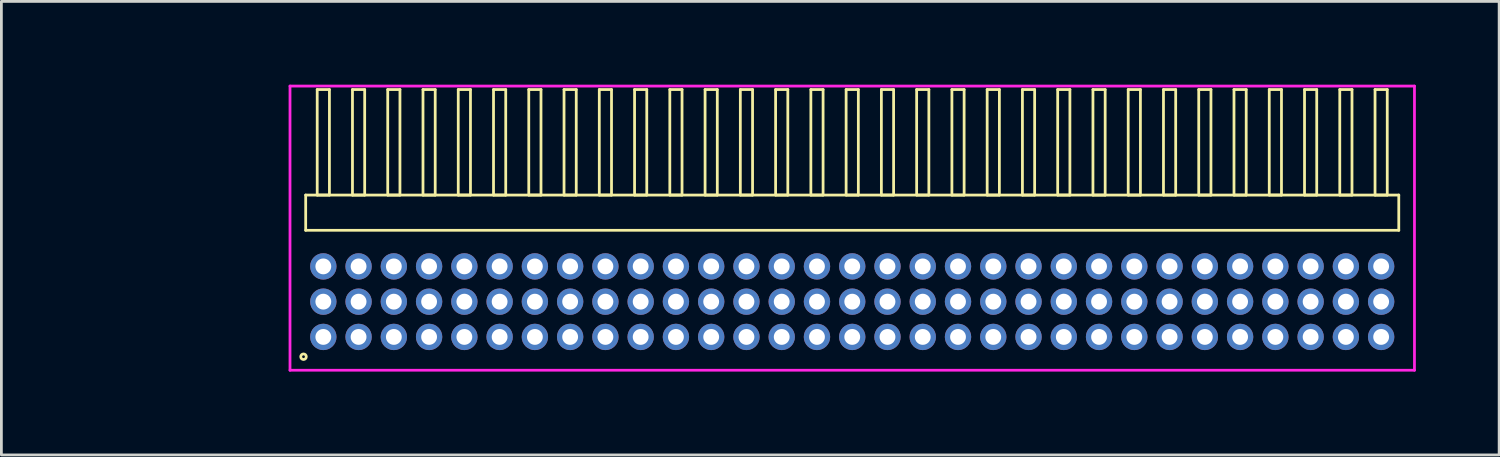
<source format=kicad_pcb>
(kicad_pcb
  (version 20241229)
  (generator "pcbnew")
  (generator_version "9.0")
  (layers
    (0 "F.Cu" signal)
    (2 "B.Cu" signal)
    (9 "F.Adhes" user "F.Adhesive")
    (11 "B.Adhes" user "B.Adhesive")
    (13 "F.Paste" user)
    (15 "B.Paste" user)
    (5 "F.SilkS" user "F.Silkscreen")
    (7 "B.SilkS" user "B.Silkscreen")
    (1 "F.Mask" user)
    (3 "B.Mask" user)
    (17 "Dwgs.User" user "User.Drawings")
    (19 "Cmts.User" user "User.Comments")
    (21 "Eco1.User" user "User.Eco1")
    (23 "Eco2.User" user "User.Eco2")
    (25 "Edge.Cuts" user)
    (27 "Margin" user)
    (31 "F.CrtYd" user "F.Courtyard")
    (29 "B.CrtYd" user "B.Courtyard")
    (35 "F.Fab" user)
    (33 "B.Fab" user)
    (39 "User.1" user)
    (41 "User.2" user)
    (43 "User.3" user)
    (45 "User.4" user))
  (footprint "HDR_RA127P31x3"
    (layer "F.Cu")
    (at 27.645 7.815)
    (property "Reference" "HDR_RA127P31x3" (at -21 0 0) (layer "User.1") (effects (font (size 1 1) (thickness 0.1))))
    (attr through_hole)
    (fp_line (start -19.685 -3.84) (end -19.685 -2.57) (stroke (width 0.1) (type solid)) (layer "F.SilkS"))
    (fp_line (start -19.685 -2.57) (end 19.685 -2.57) (stroke (width 0.1) (type solid)) (layer "F.SilkS"))
    (fp_line (start -19.27 -7.64) (end -19.27 -3.84) (stroke (width 0.1) (type solid)) (layer "F.SilkS"))
    (fp_line (start -19.27 -3.84) (end -18.83 -3.84) (stroke (width 0.1) (type solid)) (layer "F.SilkS"))
    (fp_line (start -18.83 -7.64) (end -19.27 -7.64) (stroke (width 0.1) (type solid)) (layer "F.SilkS"))
    (fp_line (start -18.83 -3.84) (end -18.83 -7.64) (stroke (width 0.1) (type solid)) (layer "F.SilkS"))
    (fp_line (start -18 -7.64) (end -18 -3.84) (stroke (width 0.1) (type solid)) (layer "F.SilkS"))
    (fp_line (start -18 -3.84) (end -17.56 -3.84) (stroke (width 0.1) (type solid)) (layer "F.SilkS"))
    (fp_line (start -17.56 -7.64) (end -18 -7.64) (stroke (width 0.1) (type solid)) (layer "F.SilkS"))
    (fp_line (start -17.56 -3.84) (end -17.56 -7.64) (stroke (width 0.1) (type solid)) (layer "F.SilkS"))
    (fp_line (start -16.73 -7.64) (end -16.73 -3.84) (stroke (width 0.1) (type solid)) (layer "F.SilkS"))
    (fp_line (start -16.73 -3.84) (end -16.29 -3.84) (stroke (width 0.1) (type solid)) (layer "F.SilkS"))
    (fp_line (start -16.29 -7.64) (end -16.73 -7.64) (stroke (width 0.1) (type solid)) (layer "F.SilkS"))
    (fp_line (start -16.29 -3.84) (end -16.29 -7.64) (stroke (width 0.1) (type solid)) (layer "F.SilkS"))
    (fp_line (start -15.46 -7.64) (end -15.46 -3.84) (stroke (width 0.1) (type solid)) (layer "F.SilkS"))
    (fp_line (start -15.46 -3.84) (end -15.02 -3.84) (stroke (width 0.1) (type solid)) (layer "F.SilkS"))
    (fp_line (start -15.02 -7.64) (end -15.46 -7.64) (stroke (width 0.1) (type solid)) (layer "F.SilkS"))
    (fp_line (start -15.02 -3.84) (end -15.02 -7.64) (stroke (width 0.1) (type solid)) (layer "F.SilkS"))
    (fp_line (start -14.19 -7.64) (end -14.19 -3.84) (stroke (width 0.1) (type solid)) (layer "F.SilkS"))
    (fp_line (start -14.19 -3.84) (end -13.75 -3.84) (stroke (width 0.1) (type solid)) (layer "F.SilkS"))
    (fp_line (start -13.75 -7.64) (end -14.19 -7.64) (stroke (width 0.1) (type solid)) (layer "F.SilkS"))
    (fp_line (start -13.75 -3.84) (end -13.75 -7.64) (stroke (width 0.1) (type solid)) (layer "F.SilkS"))
    (fp_line (start -12.92 -7.64) (end -12.92 -3.84) (stroke (width 0.1) (type solid)) (layer "F.SilkS"))
    (fp_line (start -12.92 -3.84) (end -12.48 -3.84) (stroke (width 0.1) (type solid)) (layer "F.SilkS"))
    (fp_line (start -12.48 -7.64) (end -12.92 -7.64) (stroke (width 0.1) (type solid)) (layer "F.SilkS"))
    (fp_line (start -12.48 -3.84) (end -12.48 -7.64) (stroke (width 0.1) (type solid)) (layer "F.SilkS"))
    (fp_line (start -11.65 -7.64) (end -11.65 -3.84) (stroke (width 0.1) (type solid)) (layer "F.SilkS"))
    (fp_line (start -11.65 -3.84) (end -11.21 -3.84) (stroke (width 0.1) (type solid)) (layer "F.SilkS"))
    (fp_line (start -11.21 -7.64) (end -11.65 -7.64) (stroke (width 0.1) (type solid)) (layer "F.SilkS"))
    (fp_line (start -11.21 -3.84) (end -11.21 -7.64) (stroke (width 0.1) (type solid)) (layer "F.SilkS"))
    (fp_line (start -10.38 -7.64) (end -10.38 -3.84) (stroke (width 0.1) (type solid)) (layer "F.SilkS"))
    (fp_line (start -10.38 -3.84) (end -9.94 -3.84) (stroke (width 0.1) (type solid)) (layer "F.SilkS"))
    (fp_line (start -9.94 -7.64) (end -10.38 -7.64) (stroke (width 0.1) (type solid)) (layer "F.SilkS"))
    (fp_line (start -9.94 -3.84) (end -9.94 -7.64) (stroke (width 0.1) (type solid)) (layer "F.SilkS"))
    (fp_line (start -9.11 -7.64) (end -9.11 -3.84) (stroke (width 0.1) (type solid)) (layer "F.SilkS"))
    (fp_line (start -9.11 -3.84) (end -8.67 -3.84) (stroke (width 0.1) (type solid)) (layer "F.SilkS"))
    (fp_line (start -8.67 -7.64) (end -9.11 -7.64) (stroke (width 0.1) (type solid)) (layer "F.SilkS"))
    (fp_line (start -8.67 -3.84) (end -8.67 -7.64) (stroke (width 0.1) (type solid)) (layer "F.SilkS"))
    (fp_line (start -7.84 -7.64) (end -7.84 -3.84) (stroke (width 0.1) (type solid)) (layer "F.SilkS"))
    (fp_line (start -7.84 -3.84) (end -7.4 -3.84) (stroke (width 0.1) (type solid)) (layer "F.SilkS"))
    (fp_line (start -7.4 -7.64) (end -7.84 -7.64) (stroke (width 0.1) (type solid)) (layer "F.SilkS"))
    (fp_line (start -7.4 -3.84) (end -7.4 -7.64) (stroke (width 0.1) (type solid)) (layer "F.SilkS"))
    (fp_line (start -6.57 -7.64) (end -6.57 -3.84) (stroke (width 0.1) (type solid)) (layer "F.SilkS"))
    (fp_line (start -6.57 -3.84) (end -6.13 -3.84) (stroke (width 0.1) (type solid)) (layer "F.SilkS"))
    (fp_line (start -6.13 -7.64) (end -6.57 -7.64) (stroke (width 0.1) (type solid)) (layer "F.SilkS"))
    (fp_line (start -6.13 -3.84) (end -6.13 -7.64) (stroke (width 0.1) (type solid)) (layer "F.SilkS"))
    (fp_line (start -5.3 -7.64) (end -5.3 -3.84) (stroke (width 0.1) (type solid)) (layer "F.SilkS"))
    (fp_line (start -5.3 -3.84) (end -4.86 -3.84) (stroke (width 0.1) (type solid)) (layer "F.SilkS"))
    (fp_line (start -4.86 -7.64) (end -5.3 -7.64) (stroke (width 0.1) (type solid)) (layer "F.SilkS"))
    (fp_line (start -4.86 -3.84) (end -4.86 -7.64) (stroke (width 0.1) (type solid)) (layer "F.SilkS"))
    (fp_line (start -4.03 -7.64) (end -4.03 -3.84) (stroke (width 0.1) (type solid)) (layer "F.SilkS"))
    (fp_line (start -4.03 -3.84) (end -3.59 -3.84) (stroke (width 0.1) (type solid)) (layer "F.SilkS"))
    (fp_line (start -3.59 -7.64) (end -4.03 -7.64) (stroke (width 0.1) (type solid)) (layer "F.SilkS"))
    (fp_line (start -3.59 -3.84) (end -3.59 -7.64) (stroke (width 0.1) (type solid)) (layer "F.SilkS"))
    (fp_line (start -2.76 -7.64) (end -2.76 -3.84) (stroke (width 0.1) (type solid)) (layer "F.SilkS"))
    (fp_line (start -2.76 -3.84) (end -2.32 -3.84) (stroke (width 0.1) (type solid)) (layer "F.SilkS"))
    (fp_line (start -2.32 -7.64) (end -2.76 -7.64) (stroke (width 0.1) (type solid)) (layer "F.SilkS"))
    (fp_line (start -2.32 -3.84) (end -2.32 -7.64) (stroke (width 0.1) (type solid)) (layer "F.SilkS"))
    (fp_line (start -1.49 -7.64) (end -1.49 -3.84) (stroke (width 0.1) (type solid)) (layer "F.SilkS"))
    (fp_line (start -1.49 -3.84) (end -1.05 -3.84) (stroke (width 0.1) (type solid)) (layer "F.SilkS"))
    (fp_line (start -1.05 -7.64) (end -1.49 -7.64) (stroke (width 0.1) (type solid)) (layer "F.SilkS"))
    (fp_line (start -1.05 -3.84) (end -1.05 -7.64) (stroke (width 0.1) (type solid)) (layer "F.SilkS"))
    (fp_line (start -0.22 -7.64) (end -0.22 -3.84) (stroke (width 0.1) (type solid)) (layer "F.SilkS"))
    (fp_line (start -0.22 -3.84) (end 0.22 -3.84) (stroke (width 0.1) (type solid)) (layer "F.SilkS"))
    (fp_line (start 0.22 -7.64) (end -0.22 -7.64) (stroke (width 0.1) (type solid)) (layer "F.SilkS"))
    (fp_line (start 0.22 -3.84) (end 0.22 -7.64) (stroke (width 0.1) (type solid)) (layer "F.SilkS"))
    (fp_line (start 1.05 -7.64) (end 1.05 -3.84) (stroke (width 0.1) (type solid)) (layer "F.SilkS"))
    (fp_line (start 1.05 -3.84) (end 1.49 -3.84) (stroke (width 0.1) (type solid)) (layer "F.SilkS"))
    (fp_line (start 1.49 -7.64) (end 1.05 -7.64) (stroke (width 0.1) (type solid)) (layer "F.SilkS"))
    (fp_line (start 1.49 -3.84) (end 1.49 -7.64) (stroke (width 0.1) (type solid)) (layer "F.SilkS"))
    (fp_line (start 2.32 -7.64) (end 2.32 -3.84) (stroke (width 0.1) (type solid)) (layer "F.SilkS"))
    (fp_line (start 2.32 -3.84) (end 2.76 -3.84) (stroke (width 0.1) (type solid)) (layer "F.SilkS"))
    (fp_line (start 2.76 -7.64) (end 2.32 -7.64) (stroke (width 0.1) (type solid)) (layer "F.SilkS"))
    (fp_line (start 2.76 -3.84) (end 2.76 -7.64) (stroke (width 0.1) (type solid)) (layer "F.SilkS"))
    (fp_line (start 3.59 -7.64) (end 3.59 -3.84) (stroke (width 0.1) (type solid)) (layer "F.SilkS"))
    (fp_line (start 3.59 -3.84) (end 4.03 -3.84) (stroke (width 0.1) (type solid)) (layer "F.SilkS"))
    (fp_line (start 4.03 -7.64) (end 3.59 -7.64) (stroke (width 0.1) (type solid)) (layer "F.SilkS"))
    (fp_line (start 4.03 -3.84) (end 4.03 -7.64) (stroke (width 0.1) (type solid)) (layer "F.SilkS"))
    (fp_line (start 4.86 -7.64) (end 4.86 -3.84) (stroke (width 0.1) (type solid)) (layer "F.SilkS"))
    (fp_line (start 4.86 -3.84) (end 5.3 -3.84) (stroke (width 0.1) (type solid)) (layer "F.SilkS"))
    (fp_line (start 5.3 -7.64) (end 4.86 -7.64) (stroke (width 0.1) (type solid)) (layer "F.SilkS"))
    (fp_line (start 5.3 -3.84) (end 5.3 -7.64) (stroke (width 0.1) (type solid)) (layer "F.SilkS"))
    (fp_line (start 6.13 -7.64) (end 6.13 -3.84) (stroke (width 0.1) (type solid)) (layer "F.SilkS"))
    (fp_line (start 6.13 -3.84) (end 6.57 -3.84) (stroke (width 0.1) (type solid)) (layer "F.SilkS"))
    (fp_line (start 6.57 -7.64) (end 6.13 -7.64) (stroke (width 0.1) (type solid)) (layer "F.SilkS"))
    (fp_line (start 6.57 -3.84) (end 6.57 -7.64) (stroke (width 0.1) (type solid)) (layer "F.SilkS"))
    (fp_line (start 7.4 -7.64) (end 7.4 -3.84) (stroke (width 0.1) (type solid)) (layer "F.SilkS"))
    (fp_line (start 7.4 -3.84) (end 7.84 -3.84) (stroke (width 0.1) (type solid)) (layer "F.SilkS"))
    (fp_line (start 7.84 -7.64) (end 7.4 -7.64) (stroke (width 0.1) (type solid)) (layer "F.SilkS"))
    (fp_line (start 7.84 -3.84) (end 7.84 -7.64) (stroke (width 0.1) (type solid)) (layer "F.SilkS"))
    (fp_line (start 8.67 -7.64) (end 8.67 -3.84) (stroke (width 0.1) (type solid)) (layer "F.SilkS"))
    (fp_line (start 8.67 -3.84) (end 9.11 -3.84) (stroke (width 0.1) (type solid)) (layer "F.SilkS"))
    (fp_line (start 9.11 -7.64) (end 8.67 -7.64) (stroke (width 0.1) (type solid)) (layer "F.SilkS"))
    (fp_line (start 9.11 -3.84) (end 9.11 -7.64) (stroke (width 0.1) (type solid)) (layer "F.SilkS"))
    (fp_line (start 9.94 -7.64) (end 9.94 -3.84) (stroke (width 0.1) (type solid)) (layer "F.SilkS"))
    (fp_line (start 9.94 -3.84) (end 10.38 -3.84) (stroke (width 0.1) (type solid)) (layer "F.SilkS"))
    (fp_line (start 10.38 -7.64) (end 9.94 -7.64) (stroke (width 0.1) (type solid)) (layer "F.SilkS"))
    (fp_line (start 10.38 -3.84) (end 10.38 -7.64) (stroke (width 0.1) (type solid)) (layer "F.SilkS"))
    (fp_line (start 11.21 -7.64) (end 11.21 -3.84) (stroke (width 0.1) (type solid)) (layer "F.SilkS"))
    (fp_line (start 11.21 -3.84) (end 11.65 -3.84) (stroke (width 0.1) (type solid)) (layer "F.SilkS"))
    (fp_line (start 11.65 -7.64) (end 11.21 -7.64) (stroke (width 0.1) (type solid)) (layer "F.SilkS"))
    (fp_line (start 11.65 -3.84) (end 11.65 -7.64) (stroke (width 0.1) (type solid)) (layer "F.SilkS"))
    (fp_line (start 12.48 -7.64) (end 12.48 -3.84) (stroke (width 0.1) (type solid)) (layer "F.SilkS"))
    (fp_line (start 12.48 -3.84) (end 12.92 -3.84) (stroke (width 0.1) (type solid)) (layer "F.SilkS"))
    (fp_line (start 12.92 -7.64) (end 12.48 -7.64) (stroke (width 0.1) (type solid)) (layer "F.SilkS"))
    (fp_line (start 12.92 -3.84) (end 12.92 -7.64) (stroke (width 0.1) (type solid)) (layer "F.SilkS"))
    (fp_line (start 13.75 -7.64) (end 13.75 -3.84) (stroke (width 0.1) (type solid)) (layer "F.SilkS"))
    (fp_line (start 13.75 -3.84) (end 14.19 -3.84) (stroke (width 0.1) (type solid)) (layer "F.SilkS"))
    (fp_line (start 14.19 -7.64) (end 13.75 -7.64) (stroke (width 0.1) (type solid)) (layer "F.SilkS"))
    (fp_line (start 14.19 -3.84) (end 14.19 -7.64) (stroke (width 0.1) (type solid)) (layer "F.SilkS"))
    (fp_line (start 15.02 -7.64) (end 15.02 -3.84) (stroke (width 0.1) (type solid)) (layer "F.SilkS"))
    (fp_line (start 15.02 -3.84) (end 15.46 -3.84) (stroke (width 0.1) (type solid)) (layer "F.SilkS"))
    (fp_line (start 15.46 -7.64) (end 15.02 -7.64) (stroke (width 0.1) (type solid)) (layer "F.SilkS"))
    (fp_line (start 15.46 -3.84) (end 15.46 -7.64) (stroke (width 0.1) (type solid)) (layer "F.SilkS"))
    (fp_line (start 16.29 -7.64) (end 16.29 -3.84) (stroke (width 0.1) (type solid)) (layer "F.SilkS"))
    (fp_line (start 16.29 -3.84) (end 16.73 -3.84) (stroke (width 0.1) (type solid)) (layer "F.SilkS"))
    (fp_line (start 16.73 -7.64) (end 16.29 -7.64) (stroke (width 0.1) (type solid)) (layer "F.SilkS"))
    (fp_line (start 16.73 -3.84) (end 16.73 -7.64) (stroke (width 0.1) (type solid)) (layer "F.SilkS"))
    (fp_line (start 17.56 -7.64) (end 17.56 -3.84) (stroke (width 0.1) (type solid)) (layer "F.SilkS"))
    (fp_line (start 17.56 -3.84) (end 18 -3.84) (stroke (width 0.1) (type solid)) (layer "F.SilkS"))
    (fp_line (start 18 -7.64) (end 17.56 -7.64) (stroke (width 0.1) (type solid)) (layer "F.SilkS"))
    (fp_line (start 18 -3.84) (end 18 -7.64) (stroke (width 0.1) (type solid)) (layer "F.SilkS"))
    (fp_line (start 18.83 -7.64) (end 18.83 -3.84) (stroke (width 0.1) (type solid)) (layer "F.SilkS"))
    (fp_line (start 18.83 -3.84) (end 19.27 -3.84) (stroke (width 0.1) (type solid)) (layer "F.SilkS"))
    (fp_line (start 19.27 -7.64) (end 18.83 -7.64) (stroke (width 0.1) (type solid)) (layer "F.SilkS"))
    (fp_line (start 19.27 -3.84) (end 19.27 -7.64) (stroke (width 0.1) (type solid)) (layer "F.SilkS"))
    (fp_line (start 19.685 -3.84) (end -19.685 -3.84) (stroke (width 0.1) (type solid)) (layer "F.SilkS"))
    (fp_line (start 19.685 -2.57) (end 19.685 -3.84) (stroke (width 0.1) (type solid)) (layer "F.SilkS"))
    (fp_circle (center -19.763 1.983) (end -19.663 1.983) (stroke (width 0.1) (type solid)) (fill no) (layer "F.SilkS"))
    (fp_line (start -20.25 -7.765) (end -20.25 2.47) (stroke (width 0.1) (type solid)) (layer "F.CrtYd"))
    (fp_line (start -20.25 2.47) (end 20.25 2.47) (stroke (width 0.1) (type solid)) (layer "F.CrtYd"))
    (fp_line (start 20.25 -7.765) (end -20.25 -7.765) (stroke (width 0.1) (type solid)) (layer "F.CrtYd"))
    (fp_line (start 20.25 2.47) (end 20.25 -7.765) (stroke (width 0.1) (type solid)) (layer "F.CrtYd"))
    (pad "1" thru_hole oval (at -19.05 1.27) (size 0.95 0.95) (drill 0.57) (layers "*.Cu" "*.Mask"))
    (pad "2" thru_hole oval (at -19.05 0) (size 0.95 0.95) (drill 0.57) (layers "*.Cu" "*.Mask"))
    (pad "3" thru_hole oval (at -19.05 -1.27) (size 0.95 0.95) (drill 0.57) (layers "*.Cu" "*.Mask"))
    (pad "4" thru_hole oval (at -17.78 1.27) (size 0.95 0.95) (drill 0.57) (layers "*.Cu" "*.Mask"))
    (pad "5" thru_hole oval (at -17.78 0) (size 0.95 0.95) (drill 0.57) (layers "*.Cu" "*.Mask"))
    (pad "6" thru_hole oval (at -17.78 -1.27) (size 0.95 0.95) (drill 0.57) (layers "*.Cu" "*.Mask"))
    (pad "7" thru_hole oval (at -16.51 1.27) (size 0.95 0.95) (drill 0.57) (layers "*.Cu" "*.Mask"))
    (pad "8" thru_hole oval (at -16.51 0) (size 0.95 0.95) (drill 0.57) (layers "*.Cu" "*.Mask"))
    (pad "9" thru_hole oval (at -16.51 -1.27) (size 0.95 0.95) (drill 0.57) (layers "*.Cu" "*.Mask"))
    (pad "10" thru_hole oval (at -15.24 1.27) (size 0.95 0.95) (drill 0.57) (layers "*.Cu" "*.Mask"))
    (pad "11" thru_hole oval (at -15.24 0) (size 0.95 0.95) (drill 0.57) (layers "*.Cu" "*.Mask"))
    (pad "12" thru_hole oval (at -15.24 -1.27) (size 0.95 0.95) (drill 0.57) (layers "*.Cu" "*.Mask"))
    (pad "13" thru_hole oval (at -13.97 1.27) (size 0.95 0.95) (drill 0.57) (layers "*.Cu" "*.Mask"))
    (pad "14" thru_hole oval (at -13.97 0) (size 0.95 0.95) (drill 0.57) (layers "*.Cu" "*.Mask"))
    (pad "15" thru_hole oval (at -13.97 -1.27) (size 0.95 0.95) (drill 0.57) (layers "*.Cu" "*.Mask"))
    (pad "16" thru_hole oval (at -12.7 1.27) (size 0.95 0.95) (drill 0.57) (layers "*.Cu" "*.Mask"))
    (pad "17" thru_hole oval (at -12.7 0) (size 0.95 0.95) (drill 0.57) (layers "*.Cu" "*.Mask"))
    (pad "18" thru_hole oval (at -12.7 -1.27) (size 0.95 0.95) (drill 0.57) (layers "*.Cu" "*.Mask"))
    (pad "19" thru_hole oval (at -11.43 1.27) (size 0.95 0.95) (drill 0.57) (layers "*.Cu" "*.Mask"))
    (pad "20" thru_hole oval (at -11.43 0) (size 0.95 0.95) (drill 0.57) (layers "*.Cu" "*.Mask"))
    (pad "21" thru_hole oval (at -11.43 -1.27) (size 0.95 0.95) (drill 0.57) (layers "*.Cu" "*.Mask"))
    (pad "22" thru_hole oval (at -10.16 1.27) (size 0.95 0.95) (drill 0.57) (layers "*.Cu" "*.Mask"))
    (pad "23" thru_hole oval (at -10.16 0) (size 0.95 0.95) (drill 0.57) (layers "*.Cu" "*.Mask"))
    (pad "24" thru_hole oval (at -10.16 -1.27) (size 0.95 0.95) (drill 0.57) (layers "*.Cu" "*.Mask"))
    (pad "25" thru_hole oval (at -8.89 1.27) (size 0.95 0.95) (drill 0.57) (layers "*.Cu" "*.Mask"))
    (pad "26" thru_hole oval (at -8.89 0) (size 0.95 0.95) (drill 0.57) (layers "*.Cu" "*.Mask"))
    (pad "27" thru_hole oval (at -8.89 -1.27) (size 0.95 0.95) (drill 0.57) (layers "*.Cu" "*.Mask"))
    (pad "28" thru_hole oval (at -7.62 1.27) (size 0.95 0.95) (drill 0.57) (layers "*.Cu" "*.Mask"))
    (pad "29" thru_hole oval (at -7.62 0) (size 0.95 0.95) (drill 0.57) (layers "*.Cu" "*.Mask"))
    (pad "30" thru_hole oval (at -7.62 -1.27) (size 0.95 0.95) (drill 0.57) (layers "*.Cu" "*.Mask"))
    (pad "31" thru_hole oval (at -6.35 1.27) (size 0.95 0.95) (drill 0.57) (layers "*.Cu" "*.Mask"))
    (pad "32" thru_hole oval (at -6.35 0) (size 0.95 0.95) (drill 0.57) (layers "*.Cu" "*.Mask"))
    (pad "33" thru_hole oval (at -6.35 -1.27) (size 0.95 0.95) (drill 0.57) (layers "*.Cu" "*.Mask"))
    (pad "34" thru_hole oval (at -5.08 1.27) (size 0.95 0.95) (drill 0.57) (layers "*.Cu" "*.Mask"))
    (pad "35" thru_hole oval (at -5.08 0) (size 0.95 0.95) (drill 0.57) (layers "*.Cu" "*.Mask"))
    (pad "36" thru_hole oval (at -5.08 -1.27) (size 0.95 0.95) (drill 0.57) (layers "*.Cu" "*.Mask"))
    (pad "37" thru_hole oval (at -3.81 1.27) (size 0.95 0.95) (drill 0.57) (layers "*.Cu" "*.Mask"))
    (pad "38" thru_hole oval (at -3.81 0) (size 0.95 0.95) (drill 0.57) (layers "*.Cu" "*.Mask"))
    (pad "39" thru_hole oval (at -3.81 -1.27) (size 0.95 0.95) (drill 0.57) (layers "*.Cu" "*.Mask"))
    (pad "40" thru_hole oval (at -2.54 1.27) (size 0.95 0.95) (drill 0.57) (layers "*.Cu" "*.Mask"))
    (pad "41" thru_hole oval (at -2.54 0) (size 0.95 0.95) (drill 0.57) (layers "*.Cu" "*.Mask"))
    (pad "42" thru_hole oval (at -2.54 -1.27) (size 0.95 0.95) (drill 0.57) (layers "*.Cu" "*.Mask"))
    (pad "43" thru_hole oval (at -1.27 1.27) (size 0.95 0.95) (drill 0.57) (layers "*.Cu" "*.Mask"))
    (pad "44" thru_hole oval (at -1.27 0) (size 0.95 0.95) (drill 0.57) (layers "*.Cu" "*.Mask"))
    (pad "45" thru_hole oval (at -1.27 -1.27) (size 0.95 0.95) (drill 0.57) (layers "*.Cu" "*.Mask"))
    (pad "46" thru_hole oval (at 0 1.27) (size 0.95 0.95) (drill 0.57) (layers "*.Cu" "*.Mask"))
    (pad "47" thru_hole oval (at 0 0) (size 0.95 0.95) (drill 0.57) (layers "*.Cu" "*.Mask"))
    (pad "48" thru_hole oval (at 0 -1.27) (size 0.95 0.95) (drill 0.57) (layers "*.Cu" "*.Mask"))
    (pad "49" thru_hole oval (at 1.27 1.27) (size 0.95 0.95) (drill 0.57) (layers "*.Cu" "*.Mask"))
    (pad "50" thru_hole oval (at 1.27 0) (size 0.95 0.95) (drill 0.57) (layers "*.Cu" "*.Mask"))
    (pad "51" thru_hole oval (at 1.27 -1.27) (size 0.95 0.95) (drill 0.57) (layers "*.Cu" "*.Mask"))
    (pad "52" thru_hole oval (at 2.54 1.27) (size 0.95 0.95) (drill 0.57) (layers "*.Cu" "*.Mask"))
    (pad "53" thru_hole oval (at 2.54 0) (size 0.95 0.95) (drill 0.57) (layers "*.Cu" "*.Mask"))
    (pad "54" thru_hole oval (at 2.54 -1.27) (size 0.95 0.95) (drill 0.57) (layers "*.Cu" "*.Mask"))
    (pad "55" thru_hole oval (at 3.81 1.27) (size 0.95 0.95) (drill 0.57) (layers "*.Cu" "*.Mask"))
    (pad "56" thru_hole oval (at 3.81 0) (size 0.95 0.95) (drill 0.57) (layers "*.Cu" "*.Mask"))
    (pad "57" thru_hole oval (at 3.81 -1.27) (size 0.95 0.95) (drill 0.57) (layers "*.Cu" "*.Mask"))
    (pad "58" thru_hole oval (at 5.08 1.27) (size 0.95 0.95) (drill 0.57) (layers "*.Cu" "*.Mask"))
    (pad "59" thru_hole oval (at 5.08 0) (size 0.95 0.95) (drill 0.57) (layers "*.Cu" "*.Mask"))
    (pad "60" thru_hole oval (at 5.08 -1.27) (size 0.95 0.95) (drill 0.57) (layers "*.Cu" "*.Mask"))
    (pad "61" thru_hole oval (at 6.35 1.27) (size 0.95 0.95) (drill 0.57) (layers "*.Cu" "*.Mask"))
    (pad "62" thru_hole oval (at 6.35 0) (size 0.95 0.95) (drill 0.57) (layers "*.Cu" "*.Mask"))
    (pad "63" thru_hole oval (at 6.35 -1.27) (size 0.95 0.95) (drill 0.57) (layers "*.Cu" "*.Mask"))
    (pad "64" thru_hole oval (at 7.62 1.27) (size 0.95 0.95) (drill 0.57) (layers "*.Cu" "*.Mask"))
    (pad "65" thru_hole oval (at 7.62 0) (size 0.95 0.95) (drill 0.57) (layers "*.Cu" "*.Mask"))
    (pad "66" thru_hole oval (at 7.62 -1.27) (size 0.95 0.95) (drill 0.57) (layers "*.Cu" "*.Mask"))
    (pad "67" thru_hole oval (at 8.89 1.27) (size 0.95 0.95) (drill 0.57) (layers "*.Cu" "*.Mask"))
    (pad "68" thru_hole oval (at 8.89 0) (size 0.95 0.95) (drill 0.57) (layers "*.Cu" "*.Mask"))
    (pad "69" thru_hole oval (at 8.89 -1.27) (size 0.95 0.95) (drill 0.57) (layers "*.Cu" "*.Mask"))
    (pad "70" thru_hole oval (at 10.16 1.27) (size 0.95 0.95) (drill 0.57) (layers "*.Cu" "*.Mask"))
    (pad "71" thru_hole oval (at 10.16 0) (size 0.95 0.95) (drill 0.57) (layers "*.Cu" "*.Mask"))
    (pad "72" thru_hole oval (at 10.16 -1.27) (size 0.95 0.95) (drill 0.57) (layers "*.Cu" "*.Mask"))
    (pad "73" thru_hole oval (at 11.43 1.27) (size 0.95 0.95) (drill 0.57) (layers "*.Cu" "*.Mask"))
    (pad "74" thru_hole oval (at 11.43 0) (size 0.95 0.95) (drill 0.57) (layers "*.Cu" "*.Mask"))
    (pad "75" thru_hole oval (at 11.43 -1.27) (size 0.95 0.95) (drill 0.57) (layers "*.Cu" "*.Mask"))
    (pad "76" thru_hole oval (at 12.7 1.27) (size 0.95 0.95) (drill 0.57) (layers "*.Cu" "*.Mask"))
    (pad "77" thru_hole oval (at 12.7 0) (size 0.95 0.95) (drill 0.57) (layers "*.Cu" "*.Mask"))
    (pad "78" thru_hole oval (at 12.7 -1.27) (size 0.95 0.95) (drill 0.57) (layers "*.Cu" "*.Mask"))
    (pad "79" thru_hole oval (at 13.97 1.27) (size 0.95 0.95) (drill 0.57) (layers "*.Cu" "*.Mask"))
    (pad "80" thru_hole oval (at 13.97 0) (size 0.95 0.95) (drill 0.57) (layers "*.Cu" "*.Mask"))
    (pad "81" thru_hole oval (at 13.97 -1.27) (size 0.95 0.95) (drill 0.57) (layers "*.Cu" "*.Mask"))
    (pad "82" thru_hole oval (at 15.24 1.27) (size 0.95 0.95) (drill 0.57) (layers "*.Cu" "*.Mask"))
    (pad "83" thru_hole oval (at 15.24 0) (size 0.95 0.95) (drill 0.57) (layers "*.Cu" "*.Mask"))
    (pad "84" thru_hole oval (at 15.24 -1.27) (size 0.95 0.95) (drill 0.57) (layers "*.Cu" "*.Mask"))
    (pad "85" thru_hole oval (at 16.51 1.27) (size 0.95 0.95) (drill 0.57) (layers "*.Cu" "*.Mask"))
    (pad "86" thru_hole oval (at 16.51 0) (size 0.95 0.95) (drill 0.57) (layers "*.Cu" "*.Mask"))
    (pad "87" thru_hole oval (at 16.51 -1.27) (size 0.95 0.95) (drill 0.57) (layers "*.Cu" "*.Mask"))
    (pad "88" thru_hole oval (at 17.78 1.27) (size 0.95 0.95) (drill 0.57) (layers "*.Cu" "*.Mask"))
    (pad "89" thru_hole oval (at 17.78 0) (size 0.95 0.95) (drill 0.57) (layers "*.Cu" "*.Mask"))
    (pad "90" thru_hole oval (at 17.78 -1.27) (size 0.95 0.95) (drill 0.57) (layers "*.Cu" "*.Mask"))
    (pad "91" thru_hole oval (at 19.05 1.27) (size 0.95 0.95) (drill 0.57) (layers "*.Cu" "*.Mask"))
    (pad "92" thru_hole oval (at 19.05 0) (size 0.95 0.95) (drill 0.57) (layers "*.Cu" "*.Mask"))
    (pad "93" thru_hole oval (at 19.05 -1.27) (size 0.95 0.95) (drill 0.57) (layers "*.Cu" "*.Mask")))
  (gr_rect
    (start -3 -3)
    (end 50.945 13.335)
    (stroke (width 0.1) (type default))
    (fill no)
    (layer "Edge.Cuts")))
</source>
